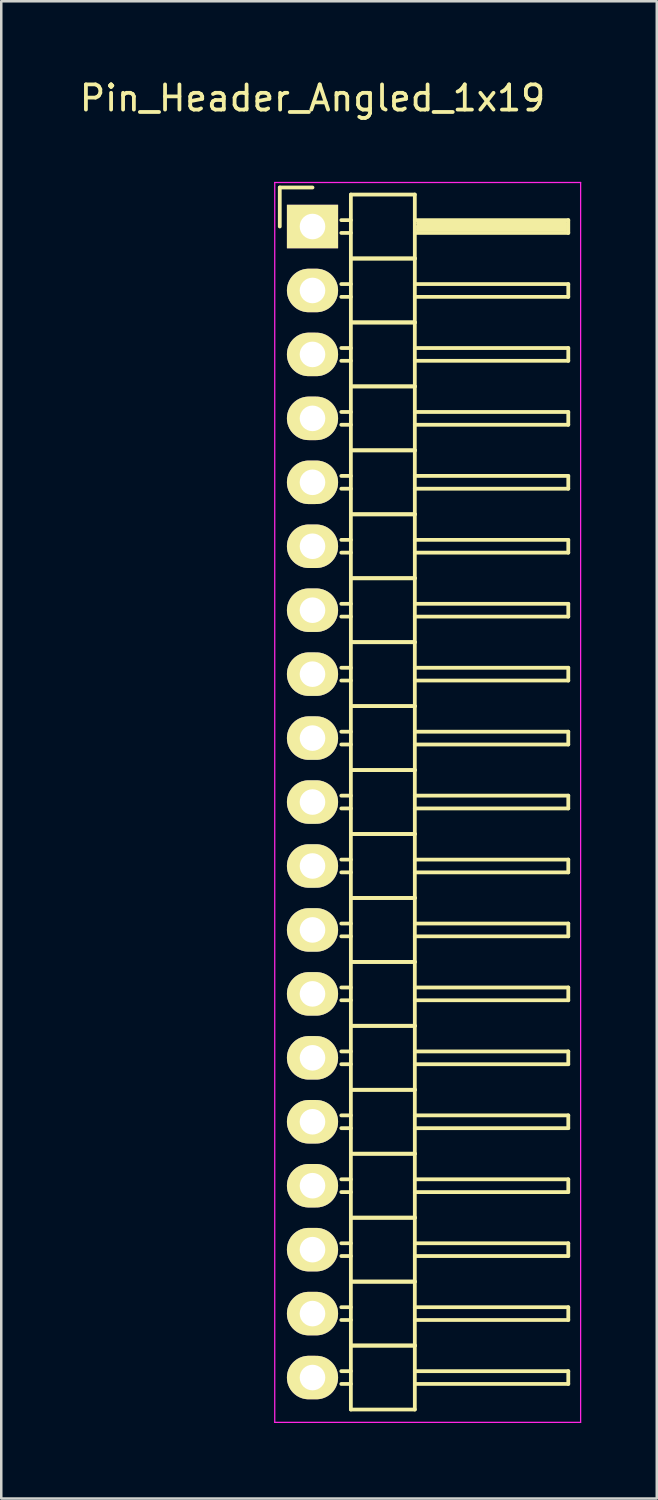
<source format=kicad_pcb>
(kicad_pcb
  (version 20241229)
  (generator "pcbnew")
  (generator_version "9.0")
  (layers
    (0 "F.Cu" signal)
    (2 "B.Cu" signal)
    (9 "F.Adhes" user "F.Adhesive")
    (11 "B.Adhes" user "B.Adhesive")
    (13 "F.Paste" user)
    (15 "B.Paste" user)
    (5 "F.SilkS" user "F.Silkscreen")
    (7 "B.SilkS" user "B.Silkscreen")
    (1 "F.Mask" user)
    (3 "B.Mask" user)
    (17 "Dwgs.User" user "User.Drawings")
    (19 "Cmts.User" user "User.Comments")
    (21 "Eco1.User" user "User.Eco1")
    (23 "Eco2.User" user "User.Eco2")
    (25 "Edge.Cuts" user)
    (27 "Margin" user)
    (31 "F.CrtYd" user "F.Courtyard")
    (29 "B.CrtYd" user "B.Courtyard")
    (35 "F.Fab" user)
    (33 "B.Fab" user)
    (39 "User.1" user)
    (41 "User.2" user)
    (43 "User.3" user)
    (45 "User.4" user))
  (footprint "Pin_Header_Angled_1x19"
    (layer "F.Cu")
    (at 9.363 5.948)
    (property "Reference" "Pin_Header_Angled_1x19" (at 0 -5.1 0) (layer "F.SilkS") (effects (font (size 1 1) (thickness 0.15))))
    (attr through_hole)
    (fp_line (start -1.3 -1.55) (end -1.3 0) (stroke (width 0.15) (type solid)) (layer "F.SilkS"))
    (fp_line (start 0 -1.55) (end -1.3 -1.55) (stroke (width 0.15) (type solid)) (layer "F.SilkS"))
    (fp_line (start 1.524 -1.27) (end 1.524 1.27) (stroke (width 0.15) (type solid)) (layer "F.SilkS"))
    (fp_line (start 1.524 -1.27) (end 4.064 -1.27) (stroke (width 0.15) (type solid)) (layer "F.SilkS"))
    (fp_line (start 1.524 -0.254) (end 1.143 -0.254) (stroke (width 0.15) (type solid)) (layer "F.SilkS"))
    (fp_line (start 1.524 0.254) (end 1.143 0.254) (stroke (width 0.15) (type solid)) (layer "F.SilkS"))
    (fp_line (start 1.524 1.27) (end 1.524 3.81) (stroke (width 0.15) (type solid)) (layer "F.SilkS"))
    (fp_line (start 1.524 1.27) (end 4.064 1.27) (stroke (width 0.15) (type solid)) (layer "F.SilkS"))
    (fp_line (start 1.524 1.27) (end 4.064 1.27) (stroke (width 0.15) (type solid)) (layer "F.SilkS"))
    (fp_line (start 1.524 2.286) (end 1.143 2.286) (stroke (width 0.15) (type solid)) (layer "F.SilkS"))
    (fp_line (start 1.524 2.794) (end 1.143 2.794) (stroke (width 0.15) (type solid)) (layer "F.SilkS"))
    (fp_line (start 1.524 3.81) (end 1.524 6.35) (stroke (width 0.15) (type solid)) (layer "F.SilkS"))
    (fp_line (start 1.524 3.81) (end 4.064 3.81) (stroke (width 0.15) (type solid)) (layer "F.SilkS"))
    (fp_line (start 1.524 3.81) (end 4.064 3.81) (stroke (width 0.15) (type solid)) (layer "F.SilkS"))
    (fp_line (start 1.524 4.826) (end 1.143 4.826) (stroke (width 0.15) (type solid)) (layer "F.SilkS"))
    (fp_line (start 1.524 5.334) (end 1.143 5.334) (stroke (width 0.15) (type solid)) (layer "F.SilkS"))
    (fp_line (start 1.524 6.35) (end 1.524 8.89) (stroke (width 0.15) (type solid)) (layer "F.SilkS"))
    (fp_line (start 1.524 6.35) (end 4.064 6.35) (stroke (width 0.15) (type solid)) (layer "F.SilkS"))
    (fp_line (start 1.524 6.35) (end 4.064 6.35) (stroke (width 0.15) (type solid)) (layer "F.SilkS"))
    (fp_line (start 1.524 7.366) (end 1.143 7.366) (stroke (width 0.15) (type solid)) (layer "F.SilkS"))
    (fp_line (start 1.524 7.874) (end 1.143 7.874) (stroke (width 0.15) (type solid)) (layer "F.SilkS"))
    (fp_line (start 1.524 8.89) (end 1.524 11.43) (stroke (width 0.15) (type solid)) (layer "F.SilkS"))
    (fp_line (start 1.524 8.89) (end 4.064 8.89) (stroke (width 0.15) (type solid)) (layer "F.SilkS"))
    (fp_line (start 1.524 8.89) (end 4.064 8.89) (stroke (width 0.15) (type solid)) (layer "F.SilkS"))
    (fp_line (start 1.524 9.906) (end 1.143 9.906) (stroke (width 0.15) (type solid)) (layer "F.SilkS"))
    (fp_line (start 1.524 10.414) (end 1.143 10.414) (stroke (width 0.15) (type solid)) (layer "F.SilkS"))
    (fp_line (start 1.524 11.43) (end 1.524 13.97) (stroke (width 0.15) (type solid)) (layer "F.SilkS"))
    (fp_line (start 1.524 11.43) (end 4.064 11.43) (stroke (width 0.15) (type solid)) (layer "F.SilkS"))
    (fp_line (start 1.524 11.43) (end 4.064 11.43) (stroke (width 0.15) (type solid)) (layer "F.SilkS"))
    (fp_line (start 1.524 12.446) (end 1.143 12.446) (stroke (width 0.15) (type solid)) (layer "F.SilkS"))
    (fp_line (start 1.524 12.954) (end 1.143 12.954) (stroke (width 0.15) (type solid)) (layer "F.SilkS"))
    (fp_line (start 1.524 13.97) (end 1.524 16.51) (stroke (width 0.15) (type solid)) (layer "F.SilkS"))
    (fp_line (start 1.524 13.97) (end 4.064 13.97) (stroke (width 0.15) (type solid)) (layer "F.SilkS"))
    (fp_line (start 1.524 13.97) (end 4.064 13.97) (stroke (width 0.15) (type solid)) (layer "F.SilkS"))
    (fp_line (start 1.524 14.986) (end 1.143 14.986) (stroke (width 0.15) (type solid)) (layer "F.SilkS"))
    (fp_line (start 1.524 15.494) (end 1.143 15.494) (stroke (width 0.15) (type solid)) (layer "F.SilkS"))
    (fp_line (start 1.524 16.51) (end 1.524 19.05) (stroke (width 0.15) (type solid)) (layer "F.SilkS"))
    (fp_line (start 1.524 16.51) (end 4.064 16.51) (stroke (width 0.15) (type solid)) (layer "F.SilkS"))
    (fp_line (start 1.524 16.51) (end 4.064 16.51) (stroke (width 0.15) (type solid)) (layer "F.SilkS"))
    (fp_line (start 1.524 17.526) (end 1.143 17.526) (stroke (width 0.15) (type solid)) (layer "F.SilkS"))
    (fp_line (start 1.524 18.034) (end 1.143 18.034) (stroke (width 0.15) (type solid)) (layer "F.SilkS"))
    (fp_line (start 1.524 19.05) (end 1.524 21.59) (stroke (width 0.15) (type solid)) (layer "F.SilkS"))
    (fp_line (start 1.524 19.05) (end 4.064 19.05) (stroke (width 0.15) (type solid)) (layer "F.SilkS"))
    (fp_line (start 1.524 19.05) (end 4.064 19.05) (stroke (width 0.15) (type solid)) (layer "F.SilkS"))
    (fp_line (start 1.524 20.066) (end 1.143 20.066) (stroke (width 0.15) (type solid)) (layer "F.SilkS"))
    (fp_line (start 1.524 20.574) (end 1.143 20.574) (stroke (width 0.15) (type solid)) (layer "F.SilkS"))
    (fp_line (start 1.524 21.59) (end 1.524 24.13) (stroke (width 0.15) (type solid)) (layer "F.SilkS"))
    (fp_line (start 1.524 21.59) (end 4.064 21.59) (stroke (width 0.15) (type solid)) (layer "F.SilkS"))
    (fp_line (start 1.524 21.59) (end 4.064 21.59) (stroke (width 0.15) (type solid)) (layer "F.SilkS"))
    (fp_line (start 1.524 22.606) (end 1.143 22.606) (stroke (width 0.15) (type solid)) (layer "F.SilkS"))
    (fp_line (start 1.524 23.114) (end 1.143 23.114) (stroke (width 0.15) (type solid)) (layer "F.SilkS"))
    (fp_line (start 1.524 24.13) (end 1.524 26.67) (stroke (width 0.15) (type solid)) (layer "F.SilkS"))
    (fp_line (start 1.524 24.13) (end 4.064 24.13) (stroke (width 0.15) (type solid)) (layer "F.SilkS"))
    (fp_line (start 1.524 24.13) (end 4.064 24.13) (stroke (width 0.15) (type solid)) (layer "F.SilkS"))
    (fp_line (start 1.524 25.146) (end 1.143 25.146) (stroke (width 0.15) (type solid)) (layer "F.SilkS"))
    (fp_line (start 1.524 25.654) (end 1.143 25.654) (stroke (width 0.15) (type solid)) (layer "F.SilkS"))
    (fp_line (start 1.524 26.67) (end 1.524 29.21) (stroke (width 0.15) (type solid)) (layer "F.SilkS"))
    (fp_line (start 1.524 26.67) (end 4.064 26.67) (stroke (width 0.15) (type solid)) (layer "F.SilkS"))
    (fp_line (start 1.524 26.67) (end 4.064 26.67) (stroke (width 0.15) (type solid)) (layer "F.SilkS"))
    (fp_line (start 1.524 27.686) (end 1.143 27.686) (stroke (width 0.15) (type solid)) (layer "F.SilkS"))
    (fp_line (start 1.524 28.194) (end 1.143 28.194) (stroke (width 0.15) (type solid)) (layer "F.SilkS"))
    (fp_line (start 1.524 29.21) (end 1.524 31.75) (stroke (width 0.15) (type solid)) (layer "F.SilkS"))
    (fp_line (start 1.524 29.21) (end 4.064 29.21) (stroke (width 0.15) (type solid)) (layer "F.SilkS"))
    (fp_line (start 1.524 29.21) (end 4.064 29.21) (stroke (width 0.15) (type solid)) (layer "F.SilkS"))
    (fp_line (start 1.524 30.226) (end 1.143 30.226) (stroke (width 0.15) (type solid)) (layer "F.SilkS"))
    (fp_line (start 1.524 30.734) (end 1.143 30.734) (stroke (width 0.15) (type solid)) (layer "F.SilkS"))
    (fp_line (start 1.524 31.75) (end 1.524 34.29) (stroke (width 0.15) (type solid)) (layer "F.SilkS"))
    (fp_line (start 1.524 31.75) (end 4.064 31.75) (stroke (width 0.15) (type solid)) (layer "F.SilkS"))
    (fp_line (start 1.524 31.75) (end 4.064 31.75) (stroke (width 0.15) (type solid)) (layer "F.SilkS"))
    (fp_line (start 1.524 32.766) (end 1.143 32.766) (stroke (width 0.15) (type solid)) (layer "F.SilkS"))
    (fp_line (start 1.524 33.274) (end 1.143 33.274) (stroke (width 0.15) (type solid)) (layer "F.SilkS"))
    (fp_line (start 1.524 34.29) (end 1.524 36.83) (stroke (width 0.15) (type solid)) (layer "F.SilkS"))
    (fp_line (start 1.524 34.29) (end 4.064 34.29) (stroke (width 0.15) (type solid)) (layer "F.SilkS"))
    (fp_line (start 1.524 34.29) (end 4.064 34.29) (stroke (width 0.15) (type solid)) (layer "F.SilkS"))
    (fp_line (start 1.524 35.306) (end 1.143 35.306) (stroke (width 0.15) (type solid)) (layer "F.SilkS"))
    (fp_line (start 1.524 35.814) (end 1.143 35.814) (stroke (width 0.15) (type solid)) (layer "F.SilkS"))
    (fp_line (start 1.524 36.83) (end 1.524 39.37) (stroke (width 0.15) (type solid)) (layer "F.SilkS"))
    (fp_line (start 1.524 36.83) (end 4.064 36.83) (stroke (width 0.15) (type solid)) (layer "F.SilkS"))
    (fp_line (start 1.524 36.83) (end 4.064 36.83) (stroke (width 0.15) (type solid)) (layer "F.SilkS"))
    (fp_line (start 1.524 37.846) (end 1.143 37.846) (stroke (width 0.15) (type solid)) (layer "F.SilkS"))
    (fp_line (start 1.524 38.354) (end 1.143 38.354) (stroke (width 0.15) (type solid)) (layer "F.SilkS"))
    (fp_line (start 1.524 39.37) (end 1.524 41.91) (stroke (width 0.15) (type solid)) (layer "F.SilkS"))
    (fp_line (start 1.524 39.37) (end 4.064 39.37) (stroke (width 0.15) (type solid)) (layer "F.SilkS"))
    (fp_line (start 1.524 39.37) (end 4.064 39.37) (stroke (width 0.15) (type solid)) (layer "F.SilkS"))
    (fp_line (start 1.524 40.386) (end 1.143 40.386) (stroke (width 0.15) (type solid)) (layer "F.SilkS"))
    (fp_line (start 1.524 40.894) (end 1.143 40.894) (stroke (width 0.15) (type solid)) (layer "F.SilkS"))
    (fp_line (start 1.524 41.91) (end 1.524 44.45) (stroke (width 0.15) (type solid)) (layer "F.SilkS"))
    (fp_line (start 1.524 41.91) (end 4.064 41.91) (stroke (width 0.15) (type solid)) (layer "F.SilkS"))
    (fp_line (start 1.524 41.91) (end 4.064 41.91) (stroke (width 0.15) (type solid)) (layer "F.SilkS"))
    (fp_line (start 1.524 42.926) (end 1.143 42.926) (stroke (width 0.15) (type solid)) (layer "F.SilkS"))
    (fp_line (start 1.524 43.434) (end 1.143 43.434) (stroke (width 0.15) (type solid)) (layer "F.SilkS"))
    (fp_line (start 1.524 44.45) (end 1.524 46.99) (stroke (width 0.15) (type solid)) (layer "F.SilkS"))
    (fp_line (start 1.524 44.45) (end 4.064 44.45) (stroke (width 0.15) (type solid)) (layer "F.SilkS"))
    (fp_line (start 1.524 44.45) (end 4.064 44.45) (stroke (width 0.15) (type solid)) (layer "F.SilkS"))
    (fp_line (start 1.524 45.466) (end 1.143 45.466) (stroke (width 0.15) (type solid)) (layer "F.SilkS"))
    (fp_line (start 1.524 45.974) (end 1.143 45.974) (stroke (width 0.15) (type solid)) (layer "F.SilkS"))
    (fp_line (start 1.524 46.99) (end 4.064 46.99) (stroke (width 0.15) (type solid)) (layer "F.SilkS"))
    (fp_line (start 4.064 -0.254) (end 10.16 -0.254) (stroke (width 0.15) (type solid)) (layer "F.SilkS"))
    (fp_line (start 4.064 1.27) (end 4.064 -1.27) (stroke (width 0.15) (type solid)) (layer "F.SilkS"))
    (fp_line (start 4.064 2.286) (end 10.16 2.286) (stroke (width 0.15) (type solid)) (layer "F.SilkS"))
    (fp_line (start 4.064 3.81) (end 4.064 1.27) (stroke (width 0.15) (type solid)) (layer "F.SilkS"))
    (fp_line (start 4.064 4.826) (end 10.16 4.826) (stroke (width 0.15) (type solid)) (layer "F.SilkS"))
    (fp_line (start 4.064 6.35) (end 4.064 3.81) (stroke (width 0.15) (type solid)) (layer "F.SilkS"))
    (fp_line (start 4.064 7.366) (end 10.16 7.366) (stroke (width 0.15) (type solid)) (layer "F.SilkS"))
    (fp_line (start 4.064 8.89) (end 4.064 6.35) (stroke (width 0.15) (type solid)) (layer "F.SilkS"))
    (fp_line (start 4.064 9.906) (end 10.16 9.906) (stroke (width 0.15) (type solid)) (layer "F.SilkS"))
    (fp_line (start 4.064 11.43) (end 4.064 8.89) (stroke (width 0.15) (type solid)) (layer "F.SilkS"))
    (fp_line (start 4.064 12.446) (end 10.16 12.446) (stroke (width 0.15) (type solid)) (layer "F.SilkS"))
    (fp_line (start 4.064 13.97) (end 4.064 11.43) (stroke (width 0.15) (type solid)) (layer "F.SilkS"))
    (fp_line (start 4.064 14.986) (end 10.16 14.986) (stroke (width 0.15) (type solid)) (layer "F.SilkS"))
    (fp_line (start 4.064 16.51) (end 4.064 13.97) (stroke (width 0.15) (type solid)) (layer "F.SilkS"))
    (fp_line (start 4.064 17.526) (end 10.16 17.526) (stroke (width 0.15) (type solid)) (layer "F.SilkS"))
    (fp_line (start 4.064 19.05) (end 4.064 16.51) (stroke (width 0.15) (type solid)) (layer "F.SilkS"))
    (fp_line (start 4.064 20.066) (end 10.16 20.066) (stroke (width 0.15) (type solid)) (layer "F.SilkS"))
    (fp_line (start 4.064 21.59) (end 4.064 19.05) (stroke (width 0.15) (type solid)) (layer "F.SilkS"))
    (fp_line (start 4.064 22.606) (end 10.16 22.606) (stroke (width 0.15) (type solid)) (layer "F.SilkS"))
    (fp_line (start 4.064 24.13) (end 4.064 21.59) (stroke (width 0.15) (type solid)) (layer "F.SilkS"))
    (fp_line (start 4.064 25.146) (end 10.16 25.146) (stroke (width 0.15) (type solid)) (layer "F.SilkS"))
    (fp_line (start 4.064 26.67) (end 4.064 24.13) (stroke (width 0.15) (type solid)) (layer "F.SilkS"))
    (fp_line (start 4.064 27.686) (end 10.16 27.686) (stroke (width 0.15) (type solid)) (layer "F.SilkS"))
    (fp_line (start 4.064 29.21) (end 4.064 26.67) (stroke (width 0.15) (type solid)) (layer "F.SilkS"))
    (fp_line (start 4.064 30.226) (end 10.16 30.226) (stroke (width 0.15) (type solid)) (layer "F.SilkS"))
    (fp_line (start 4.064 31.75) (end 4.064 29.21) (stroke (width 0.15) (type solid)) (layer "F.SilkS"))
    (fp_line (start 4.064 32.766) (end 10.16 32.766) (stroke (width 0.15) (type solid)) (layer "F.SilkS"))
    (fp_line (start 4.064 34.29) (end 4.064 31.75) (stroke (width 0.15) (type solid)) (layer "F.SilkS"))
    (fp_line (start 4.064 35.306) (end 10.16 35.306) (stroke (width 0.15) (type solid)) (layer "F.SilkS"))
    (fp_line (start 4.064 36.83) (end 4.064 34.29) (stroke (width 0.15) (type solid)) (layer "F.SilkS"))
    (fp_line (start 4.064 37.846) (end 10.16 37.846) (stroke (width 0.15) (type solid)) (layer "F.SilkS"))
    (fp_line (start 4.064 39.37) (end 4.064 36.83) (stroke (width 0.15) (type solid)) (layer "F.SilkS"))
    (fp_line (start 4.064 40.386) (end 10.16 40.386) (stroke (width 0.15) (type solid)) (layer "F.SilkS"))
    (fp_line (start 4.064 41.91) (end 4.064 39.37) (stroke (width 0.15) (type solid)) (layer "F.SilkS"))
    (fp_line (start 4.064 42.926) (end 10.16 42.926) (stroke (width 0.15) (type solid)) (layer "F.SilkS"))
    (fp_line (start 4.064 44.45) (end 4.064 41.91) (stroke (width 0.15) (type solid)) (layer "F.SilkS"))
    (fp_line (start 4.064 45.466) (end 10.16 45.466) (stroke (width 0.15) (type solid)) (layer "F.SilkS"))
    (fp_line (start 4.064 46.99) (end 4.064 44.45) (stroke (width 0.15) (type solid)) (layer "F.SilkS"))
    (fp_line (start 4.191 -0.127) (end 10.033 -0.127) (stroke (width 0.15) (type solid)) (layer "F.SilkS"))
    (fp_line (start 4.191 0) (end 10.033 0) (stroke (width 0.15) (type solid)) (layer "F.SilkS"))
    (fp_line (start 4.191 0.127) (end 4.191 0) (stroke (width 0.15) (type solid)) (layer "F.SilkS"))
    (fp_line (start 10.033 -0.127) (end 10.033 0.127) (stroke (width 0.15) (type solid)) (layer "F.SilkS"))
    (fp_line (start 10.033 0.127) (end 4.191 0.127) (stroke (width 0.15) (type solid)) (layer "F.SilkS"))
    (fp_line (start 10.16 -0.254) (end 10.16 0.254) (stroke (width 0.15) (type solid)) (layer "F.SilkS"))
    (fp_line (start 10.16 0.254) (end 4.064 0.254) (stroke (width 0.15) (type solid)) (layer "F.SilkS"))
    (fp_line (start 10.16 2.286) (end 10.16 2.794) (stroke (width 0.15) (type solid)) (layer "F.SilkS"))
    (fp_line (start 10.16 2.794) (end 4.064 2.794) (stroke (width 0.15) (type solid)) (layer "F.SilkS"))
    (fp_line (start 10.16 4.826) (end 10.16 5.334) (stroke (width 0.15) (type solid)) (layer "F.SilkS"))
    (fp_line (start 10.16 5.334) (end 4.064 5.334) (stroke (width 0.15) (type solid)) (layer "F.SilkS"))
    (fp_line (start 10.16 7.366) (end 10.16 7.874) (stroke (width 0.15) (type solid)) (layer "F.SilkS"))
    (fp_line (start 10.16 7.874) (end 4.064 7.874) (stroke (width 0.15) (type solid)) (layer "F.SilkS"))
    (fp_line (start 10.16 9.906) (end 10.16 10.414) (stroke (width 0.15) (type solid)) (layer "F.SilkS"))
    (fp_line (start 10.16 10.414) (end 4.064 10.414) (stroke (width 0.15) (type solid)) (layer "F.SilkS"))
    (fp_line (start 10.16 12.446) (end 10.16 12.954) (stroke (width 0.15) (type solid)) (layer "F.SilkS"))
    (fp_line (start 10.16 12.954) (end 4.064 12.954) (stroke (width 0.15) (type solid)) (layer "F.SilkS"))
    (fp_line (start 10.16 14.986) (end 10.16 15.494) (stroke (width 0.15) (type solid)) (layer "F.SilkS"))
    (fp_line (start 10.16 15.494) (end 4.064 15.494) (stroke (width 0.15) (type solid)) (layer "F.SilkS"))
    (fp_line (start 10.16 17.526) (end 10.16 18.034) (stroke (width 0.15) (type solid)) (layer "F.SilkS"))
    (fp_line (start 10.16 18.034) (end 4.064 18.034) (stroke (width 0.15) (type solid)) (layer "F.SilkS"))
    (fp_line (start 10.16 20.066) (end 10.16 20.574) (stroke (width 0.15) (type solid)) (layer "F.SilkS"))
    (fp_line (start 10.16 20.574) (end 4.064 20.574) (stroke (width 0.15) (type solid)) (layer "F.SilkS"))
    (fp_line (start 10.16 22.606) (end 10.16 23.114) (stroke (width 0.15) (type solid)) (layer "F.SilkS"))
    (fp_line (start 10.16 23.114) (end 4.064 23.114) (stroke (width 0.15) (type solid)) (layer "F.SilkS"))
    (fp_line (start 10.16 25.146) (end 10.16 25.654) (stroke (width 0.15) (type solid)) (layer "F.SilkS"))
    (fp_line (start 10.16 25.654) (end 4.064 25.654) (stroke (width 0.15) (type solid)) (layer "F.SilkS"))
    (fp_line (start 10.16 27.686) (end 10.16 28.194) (stroke (width 0.15) (type solid)) (layer "F.SilkS"))
    (fp_line (start 10.16 28.194) (end 4.064 28.194) (stroke (width 0.15) (type solid)) (layer "F.SilkS"))
    (fp_line (start 10.16 30.226) (end 10.16 30.734) (stroke (width 0.15) (type solid)) (layer "F.SilkS"))
    (fp_line (start 10.16 30.734) (end 4.064 30.734) (stroke (width 0.15) (type solid)) (layer "F.SilkS"))
    (fp_line (start 10.16 32.766) (end 10.16 33.274) (stroke (width 0.15) (type solid)) (layer "F.SilkS"))
    (fp_line (start 10.16 33.274) (end 4.064 33.274) (stroke (width 0.15) (type solid)) (layer "F.SilkS"))
    (fp_line (start 10.16 35.306) (end 10.16 35.814) (stroke (width 0.15) (type solid)) (layer "F.SilkS"))
    (fp_line (start 10.16 35.814) (end 4.064 35.814) (stroke (width 0.15) (type solid)) (layer "F.SilkS"))
    (fp_line (start 10.16 37.846) (end 10.16 38.354) (stroke (width 0.15) (type solid)) (layer "F.SilkS"))
    (fp_line (start 10.16 38.354) (end 4.064 38.354) (stroke (width 0.15) (type solid)) (layer "F.SilkS"))
    (fp_line (start 10.16 40.386) (end 10.16 40.894) (stroke (width 0.15) (type solid)) (layer "F.SilkS"))
    (fp_line (start 10.16 40.894) (end 4.064 40.894) (stroke (width 0.15) (type solid)) (layer "F.SilkS"))
    (fp_line (start 10.16 42.926) (end 10.16 43.434) (stroke (width 0.15) (type solid)) (layer "F.SilkS"))
    (fp_line (start 10.16 43.434) (end 4.064 43.434) (stroke (width 0.15) (type solid)) (layer "F.SilkS"))
    (fp_line (start 10.16 45.466) (end 10.16 45.974) (stroke (width 0.15) (type solid)) (layer "F.SilkS"))
    (fp_line (start 10.16 45.974) (end 4.064 45.974) (stroke (width 0.15) (type solid)) (layer "F.SilkS"))
    (fp_line (start -1.5 -1.75) (end -1.5 47.5) (stroke (width 0.05) (type solid)) (layer "F.CrtYd"))
    (fp_line (start -1.5 -1.75) (end 10.65 -1.75) (stroke (width 0.05) (type solid)) (layer "F.CrtYd"))
    (fp_line (start -1.5 47.5) (end 10.65 47.5) (stroke (width 0.05) (type solid)) (layer "F.CrtYd"))
    (fp_line (start 10.65 -1.75) (end 10.65 47.5) (stroke (width 0.05) (type solid)) (layer "F.CrtYd"))
    (pad "1" thru_hole rect (at 0 0) (size 2.032 1.727) (drill 1.016) (layers "*.Cu" "*.Mask" "F.SilkS"))
    (pad "2" thru_hole oval (at 0 2.54) (size 2.032 1.727) (drill 1.016) (layers "*.Cu" "*.Mask" "F.SilkS"))
    (pad "3" thru_hole oval (at 0 5.08) (size 2.032 1.727) (drill 1.016) (layers "*.Cu" "*.Mask" "F.SilkS"))
    (pad "4" thru_hole oval (at 0 7.62) (size 2.032 1.727) (drill 1.016) (layers "*.Cu" "*.Mask" "F.SilkS"))
    (pad "5" thru_hole oval (at 0 10.16) (size 2.032 1.727) (drill 1.016) (layers "*.Cu" "*.Mask" "F.SilkS"))
    (pad "6" thru_hole oval (at 0 12.7) (size 2.032 1.727) (drill 1.016) (layers "*.Cu" "*.Mask" "F.SilkS"))
    (pad "7" thru_hole oval (at 0 15.24) (size 2.032 1.727) (drill 1.016) (layers "*.Cu" "*.Mask" "F.SilkS"))
    (pad "8" thru_hole oval (at 0 17.78) (size 2.032 1.727) (drill 1.016) (layers "*.Cu" "*.Mask" "F.SilkS"))
    (pad "9" thru_hole oval (at 0 20.32) (size 2.032 1.727) (drill 1.016) (layers "*.Cu" "*.Mask" "F.SilkS"))
    (pad "10" thru_hole oval (at 0 22.86) (size 2.032 1.727) (drill 1.016) (layers "*.Cu" "*.Mask" "F.SilkS"))
    (pad "11" thru_hole oval (at 0 25.4) (size 2.032 1.727) (drill 1.016) (layers "*.Cu" "*.Mask" "F.SilkS"))
    (pad "12" thru_hole oval (at 0 27.94) (size 2.032 1.727) (drill 1.016) (layers "*.Cu" "*.Mask" "F.SilkS"))
    (pad "13" thru_hole oval (at 0 30.48) (size 2.032 1.727) (drill 1.016) (layers "*.Cu" "*.Mask" "F.SilkS"))
    (pad "14" thru_hole oval (at 0 33.02) (size 2.032 1.727) (drill 1.016) (layers "*.Cu" "*.Mask" "F.SilkS"))
    (pad "15" thru_hole oval (at 0 35.56) (size 2.032 1.727) (drill 1.016) (layers "*.Cu" "*.Mask" "F.SilkS"))
    (pad "16" thru_hole oval (at 0 38.1) (size 2.032 1.727) (drill 1.016) (layers "*.Cu" "*.Mask" "F.SilkS"))
    (pad "17" thru_hole oval (at 0 40.64) (size 2.032 1.727) (drill 1.016) (layers "*.Cu" "*.Mask" "F.SilkS"))
    (pad "18" thru_hole oval (at 0 43.18) (size 2.032 1.727) (drill 1.016) (layers "*.Cu" "*.Mask" "F.SilkS"))
    (pad "19" thru_hole oval (at 0 45.72) (size 2.032 1.727) (drill 1.016) (layers "*.Cu" "*.Mask" "F.SilkS")))
  (gr_rect
    (start -3 -3)
    (end 23.038 56.473)
    (stroke (width 0.1) (type default))
    (fill no)
    (layer "Edge.Cuts")))
</source>
